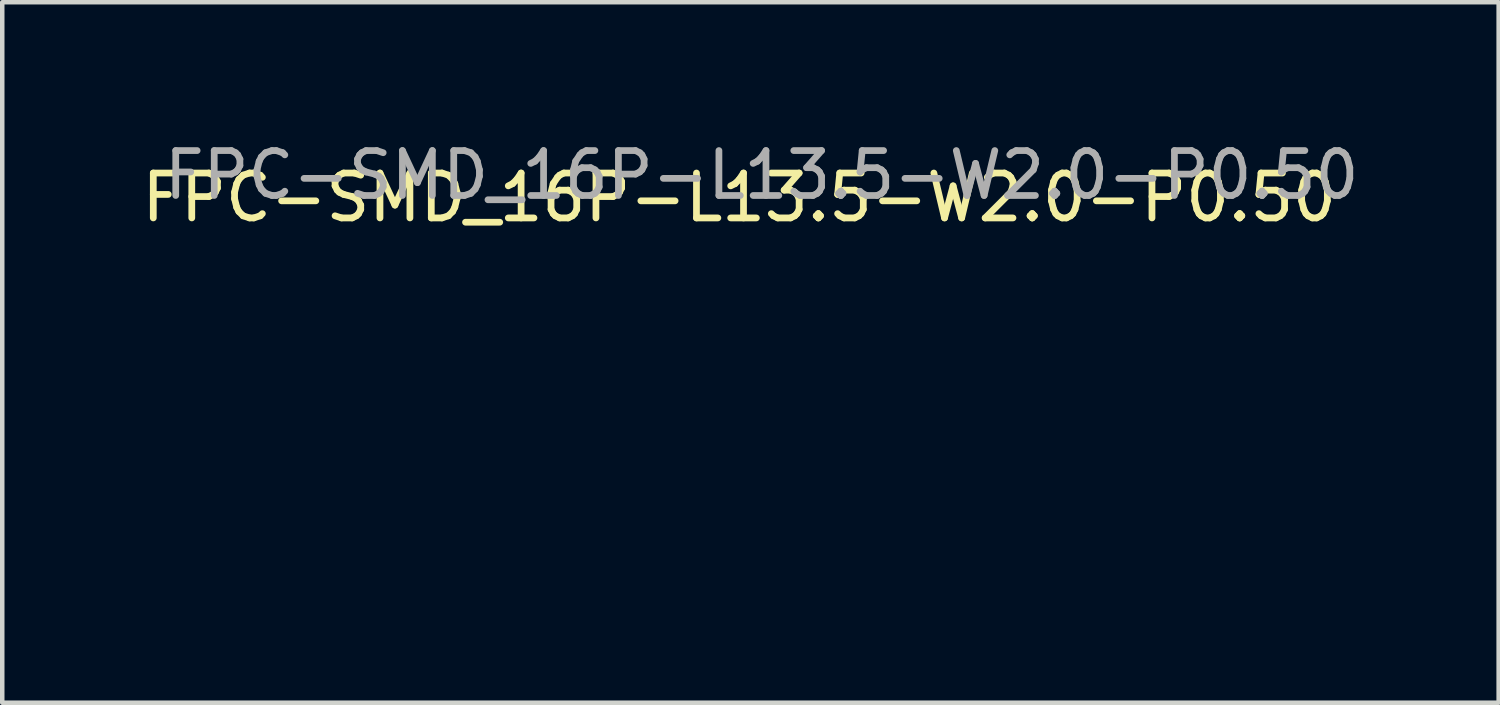
<source format=kicad_pcb>
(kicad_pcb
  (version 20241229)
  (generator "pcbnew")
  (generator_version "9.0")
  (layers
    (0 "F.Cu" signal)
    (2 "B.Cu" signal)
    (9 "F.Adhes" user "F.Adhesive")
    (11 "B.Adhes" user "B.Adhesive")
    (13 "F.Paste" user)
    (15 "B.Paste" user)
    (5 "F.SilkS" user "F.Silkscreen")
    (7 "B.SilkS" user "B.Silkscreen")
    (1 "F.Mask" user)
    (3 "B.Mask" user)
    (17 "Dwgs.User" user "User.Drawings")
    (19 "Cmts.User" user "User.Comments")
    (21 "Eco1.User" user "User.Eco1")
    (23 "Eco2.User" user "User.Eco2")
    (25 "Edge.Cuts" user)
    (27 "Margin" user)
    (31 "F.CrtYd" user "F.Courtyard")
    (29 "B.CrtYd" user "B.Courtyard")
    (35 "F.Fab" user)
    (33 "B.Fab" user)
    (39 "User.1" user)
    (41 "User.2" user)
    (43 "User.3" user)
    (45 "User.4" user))
  (footprint "FPC-SMD_16P-L13.5-W2.0-P0.50"
    (layer "F.Cu")
    (at 14.911 9.348)
    (property "Reference" "FPC-SMD_16P-L13.5-W2.0-P0.50" (at -1.5 -8 0) (unlocked yes) (layer "F.SilkS") (effects (font (size 1 1) (thickness 0.15))))
    (attr smd)
    (fp_text user "${REFERENCE}" (at -1 -8.5 0) (unlocked yes) (layer "F.Fab") (effects (font (size 1 1) (thickness 0.15)))))
  (gr_rect
    (start -3 -3)
    (end 30.321 12.598)
    (stroke (width 0.1) (type default))
    (fill no)
    (layer "Edge.Cuts")))
</source>
